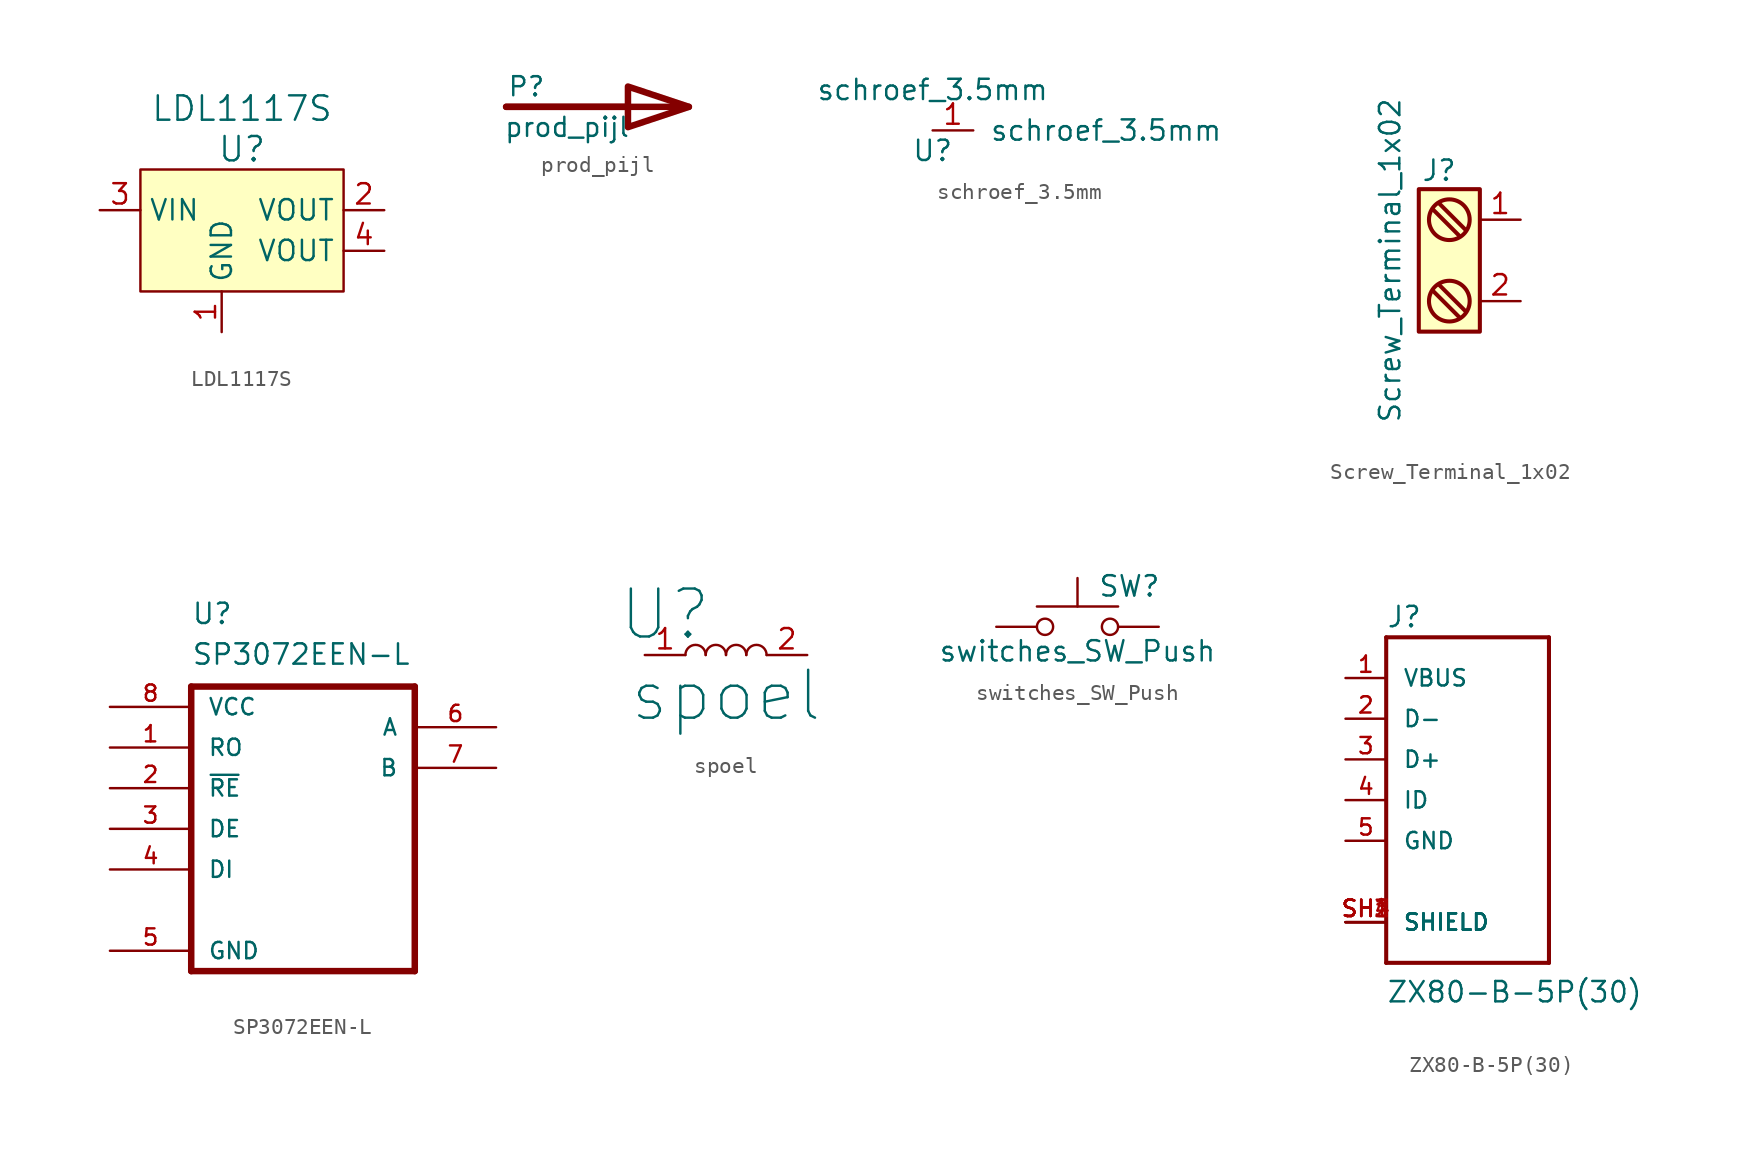
<source format=kicad_sym>
(kicad_symbol_lib
  (version 20211014)
  (generator kicad_symbol_editor)
  (symbol "LDL1117S"
    (property "Reference" "U"
      (at 1.27 3.81 0)
      (effects (font (size 1.524 1.524))))
    (property "Value" "LDL1117S"
      (at 1.27 6.35 0)
      (effects (font (size 1.524 1.524))))
    (symbol "LDL1117S_1_1"
      (rectangle (start -5.08 2.54) (end 7.62 -5.08) (stroke (width 0) (type default) (color 0 0 0 0)) (fill (type background)))
      (pin power_in line (at 0 -7.62 90) (length 2.54) (name "GND" (effects (font (size 1.27 1.27)))) (number "1" (effects (font (size 1.27 1.27)))))
      (pin power_out line (at 10.16 0 180) (length 2.54) (name "VOUT" (effects (font (size 1.27 1.27)))) (number "2" (effects (font (size 1.27 1.27)))))
      (pin power_in line (at -7.62 0 0) (length 2.54) (name "VIN" (effects (font (size 1.27 1.27)))) (number "3" (effects (font (size 1.27 1.27)))))
      (pin power_in line (at 10.16 -2.54 180) (length 2.54) (name "VOUT" (effects (font (size 1.27 1.27)))) (number "4" (effects (font (size 1.27 1.27)))))))
  (symbol "prod_pijl"
    (pin_numbers hide)
    (pin_names
      (offset 0) hide)
    (property "Reference" "P"
      (at -2.54 1.27 0)
      (effects (font (size 1.194 1.194))))
    (property "Value" "prod_pijl"
      (at 0 -1.27 0)
      (effects (font (size 1.194 1.194))))
    (symbol "prod_pijl_0_1"
      (polyline (pts (xy -3.81 0) (xy 3.81 0)) (stroke (width 0.406) (type default) (color 0 0 0 0)) (fill (type none)))
      (polyline (pts (xy 7.62 0) (xy -3.81 0)) (stroke (width 0.406) (type default) (color 0 0 0 0)) (fill (type none)))
      (polyline (pts (xy 3.81 1.27) (xy 3.81 -1.27) (xy 7.62 0) (xy 3.81 1.27)) (stroke (width 0.406) (type default) (color 0 0 0 0)) (fill (type none)))))
  (symbol "schroef_3.5mm"
    (pin_names
      (offset 1.016))
    (property "Reference" "U"
      (at 0 -1.27 0)
      (effects (font (size 1.27 1.27))))
    (property "Value" "schroef_3.5mm"
      (at 0 2.54 0)
      (effects (font (size 1.27 1.27))))
    (symbol "schroef_3.5mm_1_1"
      (pin power_in line (at 0 0 0) (length 2.54) (name "schroef_3.5mm" (effects (font (size 1.27 1.27)))) (number "1" (effects (font (size 1.27 1.27)))))))
  (symbol "Screw_Terminal_1x02"
    (pin_names
      (offset 0.762) hide)
    (property "Reference" "J"
      (at 0 6.35 0)
      (effects (font (size 1.27 1.27)) (justify top)))
    (property "Value" "Screw_Terminal_1x02"
      (at -3.81 0 90)
      (effects (font (size 1.27 1.27)) (justify top)))
    (symbol "Screw_Terminal_1x02_0_1"
      (rectangle (start -1.27 4.445) (end 2.54 -4.445) (stroke (width 0.254) (type default) (color 0 0 0 0)) (fill (type background)))
      (polyline (pts (xy -0.381 -1.905) (xy 1.27 -3.556)) (stroke (width 0.254) (type default) (color 0 0 0 0)) (fill (type none)))
      (polyline (pts (xy 0 3.556) (xy 1.651 1.905)) (stroke (width 0.254) (type default) (color 0 0 0 0)) (fill (type none)))
      (polyline (pts (xy 1.27 1.524) (xy -0.381 3.175)) (stroke (width 0.254) (type default) (color 0 0 0 0)) (fill (type none)))
      (polyline (pts (xy 1.651 -3.175) (xy 0 -1.524)) (stroke (width 0.254) (type default) (color 0 0 0 0)) (fill (type none)))
      (circle (center 0.635 -2.54) (radius 1.27) (stroke (width 0.254) (type default) (color 0 0 0 0)) (fill (type none)))
      (circle (center 0.635 2.54) (radius 1.27) (stroke (width 0.254) (type default) (color 0 0 0 0)) (fill (type none))))
    (symbol "Screw_Terminal_1x02_1_1"
      (pin passive line (at 5.08 2.54 180) (length 2.54) (name "~" (effects (font (size 1.27 1.27)))) (number "1" (effects (font (size 1.27 1.27)))))
      (pin passive line (at 5.08 -2.54 180) (length 2.54) (name "~" (effects (font (size 1.27 1.27)))) (number "2" (effects (font (size 1.27 1.27)))))))
  (symbol "SP3072EEN-L"
    (pin_names
      (offset 1.016))
    (property "Reference" "U"
      (at -12.7 10.16 0)
      (effects (font (size 1.27 1.27)) (justify left bottom)))
    (property "Value" "SP3072EEN-L"
      (at -12.7 7.62 0)
      (effects (font (size 1.27 1.27)) (justify left bottom)))
    (property "ki_locked" ""
      (at 0 0 0)
      (effects (font (size 1.27 1.27))))
    (symbol "SP3072EEN-L_0_0"
      (polyline (pts (xy -12.7 -11.43) (xy 1.27 -11.43)) (stroke (width 0.406) (type default) (color 0 0 0 0)) (fill (type none)))
      (polyline (pts (xy -12.7 6.35) (xy -12.7 -11.43)) (stroke (width 0.406) (type default) (color 0 0 0 0)) (fill (type none)))
      (polyline (pts (xy 1.27 -11.43) (xy 1.27 6.35)) (stroke (width 0.406) (type default) (color 0 0 0 0)) (fill (type none)))
      (polyline (pts (xy 1.27 6.35) (xy -12.7 6.35)) (stroke (width 0.406) (type default) (color 0 0 0 0)) (fill (type none)))
      (pin output line (at -17.78 2.54 0) (length 5.08) (name "RO" (effects (font (size 1.016 1.016)))) (number "1" (effects (font (size 1.016 1.016)))))
      (pin input line (at -17.78 0 0) (length 5.08) (name "~{RE}" (effects (font (size 1.016 1.016)))) (number "2" (effects (font (size 1.016 1.016)))))
      (pin input line (at -17.78 -2.54 0) (length 5.08) (name "DE" (effects (font (size 1.016 1.016)))) (number "3" (effects (font (size 1.016 1.016)))))
      (pin input line (at -17.78 -5.08 0) (length 5.08) (name "DI" (effects (font (size 1.016 1.016)))) (number "4" (effects (font (size 1.016 1.016)))))
      (pin passive line (at -17.78 -10.16 0) (length 5.08) (name "GND" (effects (font (size 1.016 1.016)))) (number "5" (effects (font (size 1.016 1.016)))))
      (pin bidirectional line (at 6.35 3.81 180) (length 5.08) (name "A" (effects (font (size 1.016 1.016)))) (number "6" (effects (font (size 1.016 1.016)))))
      (pin bidirectional line (at 6.35 1.27 180) (length 5.08) (name "B" (effects (font (size 1.016 1.016)))) (number "7" (effects (font (size 1.016 1.016)))))
      (pin power_in line (at -17.78 5.08 0) (length 5.08) (name "VCC" (effects (font (size 1.016 1.016)))) (number "8" (effects (font (size 1.016 1.016)))))))
  (symbol "spoel"
    (pin_names
      (offset 1.016))
    (property "Reference" "U"
      (at -3.81 2.54 0)
      (effects (font (size 2.997 2.997))))
    (property "Value" "spoel"
      (at 0 -2.54 0)
      (effects (font (size 2.997 2.997))))
    (symbol "spoel_0_1"
      (arc (start -1.27 0) (mid -1.905 0.635) (end -2.54 0) (stroke (width 0) (type default) (color 0 0 0 0)) (fill (type none)))
      (arc (start 0 0) (mid -0.635 0.635) (end -1.27 0) (stroke (width 0) (type default) (color 0 0 0 0)) (fill (type none)))
      (arc (start 1.27 0) (mid 0.635 0.635) (end 0 0) (stroke (width 0) (type default) (color 0 0 0 0)) (fill (type none)))
      (arc (start 2.54 0) (mid 1.905 0.635) (end 1.27 0) (stroke (width 0) (type default) (color 0 0 0 0)) (fill (type none))))
    (symbol "spoel_1_1"
      (pin input line (at -5.08 0 0) (length 2.54) (name "~" (effects (font (size 1.27 1.27)))) (number "1" (effects (font (size 1.27 1.27)))))
      (pin input line (at 5.08 0 180) (length 2.54) (name "~" (effects (font (size 1.27 1.27)))) (number "2" (effects (font (size 1.27 1.27)))))))
  (symbol "switches_SW_Push"
    (pin_numbers hide)
    (pin_names
      (offset 1.016) hide)
    (property "Reference" "SW"
      (at 1.27 2.54 0)
      (effects (font (size 1.27 1.27)) (justify left)))
    (property "Value" "switches_SW_Push"
      (at 0 -1.524 0)
      (effects (font (size 1.27 1.27))))
    (symbol "switches_SW_Push_0_1"
      (circle (center -2.032 0) (radius 0.508) (stroke (width 0) (type default) (color 0 0 0 0)) (fill (type none)))
      (polyline (pts (xy 0 1.27) (xy 0 3.048)) (stroke (width 0) (type default) (color 0 0 0 0)) (fill (type none)))
      (polyline (pts (xy 2.54 1.27) (xy -2.54 1.27)) (stroke (width 0) (type default) (color 0 0 0 0)) (fill (type none)))
      (circle (center 2.032 0) (radius 0.508) (stroke (width 0) (type default) (color 0 0 0 0)) (fill (type none)))
      (pin passive line (at -5.08 0 0) (length 2.54) (name "1" (effects (font (size 1.27 1.27)))) (number "1" (effects (font (size 1.27 1.27)))))
      (pin passive line (at 5.08 0 180) (length 2.54) (name "2" (effects (font (size 1.27 1.27)))) (number "2" (effects (font (size 1.27 1.27)))))))
  (symbol "ZX80-B-5P(30)"
    (pin_names
      (offset 1.016))
    (property "Reference" "J"
      (at -5.08 10.693 0)
      (effects (font (size 1.27 1.27)) (justify left bottom)))
    (property "Value" "ZX80-B-5P(30)"
      (at -5.08 -12.725 0)
      (effects (font (size 1.27 1.27)) (justify left bottom)))
    (property "ki_locked" ""
      (at 0 0 0)
      (effects (font (size 1.27 1.27))))
    (symbol "ZX80-B-5P(30)_0_0"
      (polyline (pts (xy -5.08 -10.16) (xy -5.08 10.16)) (stroke (width 0.254) (type default) (color 0 0 0 0)) (fill (type none)))
      (polyline (pts (xy -5.08 10.16) (xy 5.08 10.16)) (stroke (width 0.254) (type default) (color 0 0 0 0)) (fill (type none)))
      (polyline (pts (xy 5.08 -10.16) (xy -5.08 -10.16)) (stroke (width 0.254) (type default) (color 0 0 0 0)) (fill (type none)))
      (polyline (pts (xy 5.08 10.16) (xy 5.08 -10.16)) (stroke (width 0.254) (type default) (color 0 0 0 0)) (fill (type none)))
      (pin power_out line (at -7.62 7.62 0) (length 2.54) (name "VBUS" (effects (font (size 1.016 1.016)))) (number "1" (effects (font (size 1.016 1.016)))))
      (pin bidirectional line (at -7.62 5.08 0) (length 2.54) (name "D-" (effects (font (size 1.016 1.016)))) (number "2" (effects (font (size 1.016 1.016)))))
      (pin bidirectional line (at -7.62 2.54 0) (length 2.54) (name "D+" (effects (font (size 1.016 1.016)))) (number "3" (effects (font (size 1.016 1.016)))))
      (pin bidirectional line (at -7.62 0 0) (length 2.54) (name "ID" (effects (font (size 1.016 1.016)))) (number "4" (effects (font (size 1.016 1.016)))))
      (pin power_in line (at -7.62 -2.54 0) (length 2.54) (name "GND" (effects (font (size 1.016 1.016)))) (number "5" (effects (font (size 1.016 1.016)))))
      (pin passive line (at -7.62 -7.62 0) (length 2.54) (name "SHIELD" (effects (font (size 1.016 1.016)))) (number "SH1" (effects (font (size 1.016 1.016)))))
      (pin passive line (at -7.62 -7.62 0) (length 2.54) (name "SHIELD" (effects (font (size 1.016 1.016)))) (number "SH2" (effects (font (size 1.016 1.016)))))
      (pin passive line (at -7.62 -7.62 0) (length 2.54) (name "SHIELD" (effects (font (size 1.016 1.016)))) (number "SH3" (effects (font (size 1.016 1.016)))))
      (pin passive line (at -7.62 -7.62 0) (length 2.54) (name "SHIELD" (effects (font (size 1.016 1.016)))) (number "SH4" (effects (font (size 1.016 1.016))))))))
</source>
